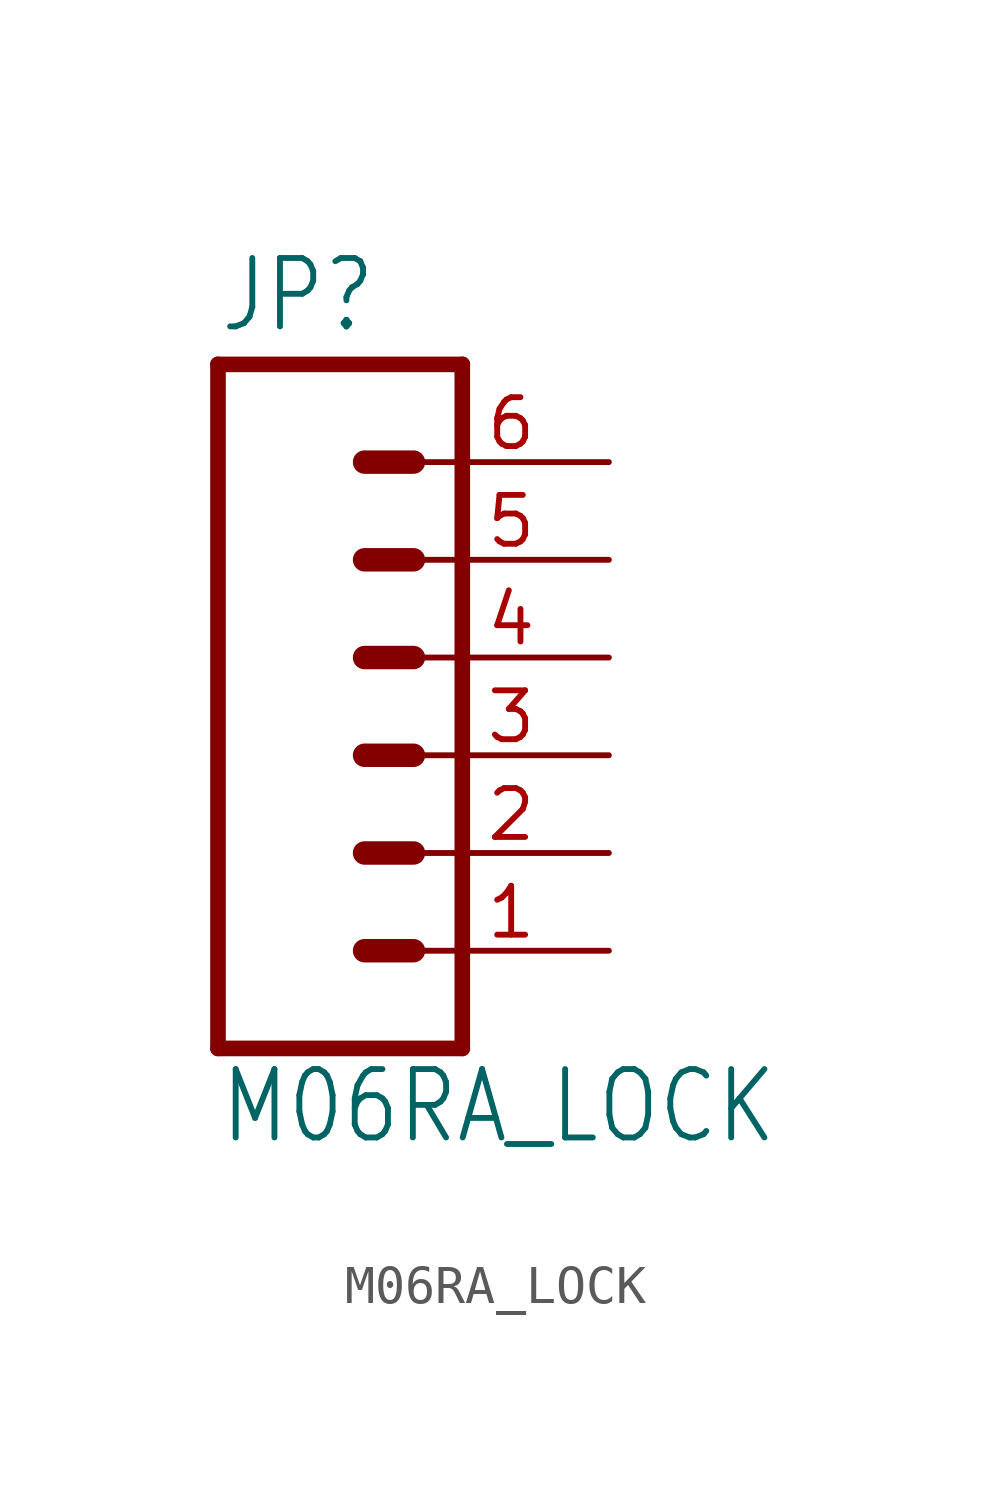
<source format=kicad_sym>
(kicad_symbol_lib
  (version 20201005)
  (generator kicad_symbol_editor)
  (symbol "M06RA_LOCK"
    (property "Reference" "JP"
      (at -5.08 10.922 0)
      (effects (font (size 1.778 1.511)) (justify left bottom)))
    (property "Value" "M06RA_LOCK"
      (at -5.08 -10.16 0)
      (effects (font (size 1.778 1.511)) (justify left bottom)))
    (property "ki_locked" ""
      (at 0 0 0)
      (effects (font (size 1.27 1.27))))
    (symbol "M06RA_LOCK_1_0"
      (polyline (pts (xy 1.27 -7.62) (xy -5.08 -7.62)) (stroke (width 0.406)) (fill (type none)))
      (polyline (pts (xy -1.27 0) (xy 0 0)) (stroke (width 0.61)) (fill (type none)))
      (polyline (pts (xy -1.27 -2.54) (xy 0 -2.54)) (stroke (width 0.61)) (fill (type none)))
      (polyline (pts (xy -1.27 -5.08) (xy 0 -5.08)) (stroke (width 0.61)) (fill (type none)))
      (polyline (pts (xy -5.08 10.16) (xy -5.08 -7.62)) (stroke (width 0.406)) (fill (type none)))
      (polyline (pts (xy 1.27 -7.62) (xy 1.27 10.16)) (stroke (width 0.406)) (fill (type none)))
      (polyline (pts (xy -5.08 10.16) (xy 1.27 10.16)) (stroke (width 0.406)) (fill (type none)))
      (polyline (pts (xy -1.27 5.08) (xy 0 5.08)) (stroke (width 0.61)) (fill (type none)))
      (polyline (pts (xy -1.27 2.54) (xy 0 2.54)) (stroke (width 0.61)) (fill (type none)))
      (polyline (pts (xy -1.27 7.62) (xy 0 7.62)) (stroke (width 0.61)) (fill (type none)))
      (pin passive line (at 5.08 -5.08 180) (length 5.08) (name "1" (effects (font (size 0 0)))) (number "1" (effects (font (size 1.27 1.27)))))
      (pin passive line (at 5.08 -2.54 180) (length 5.08) (name "2" (effects (font (size 0 0)))) (number "2" (effects (font (size 1.27 1.27)))))
      (pin passive line (at 5.08 0 180) (length 5.08) (name "3" (effects (font (size 0 0)))) (number "3" (effects (font (size 1.27 1.27)))))
      (pin passive line (at 5.08 2.54 180) (length 5.08) (name "4" (effects (font (size 0 0)))) (number "4" (effects (font (size 1.27 1.27)))))
      (pin passive line (at 5.08 5.08 180) (length 5.08) (name "5" (effects (font (size 0 0)))) (number "5" (effects (font (size 1.27 1.27)))))
      (pin passive line (at 5.08 7.62 180) (length 5.08) (name "6" (effects (font (size 0 0)))) (number "6" (effects (font (size 1.27 1.27))))))))
</source>
